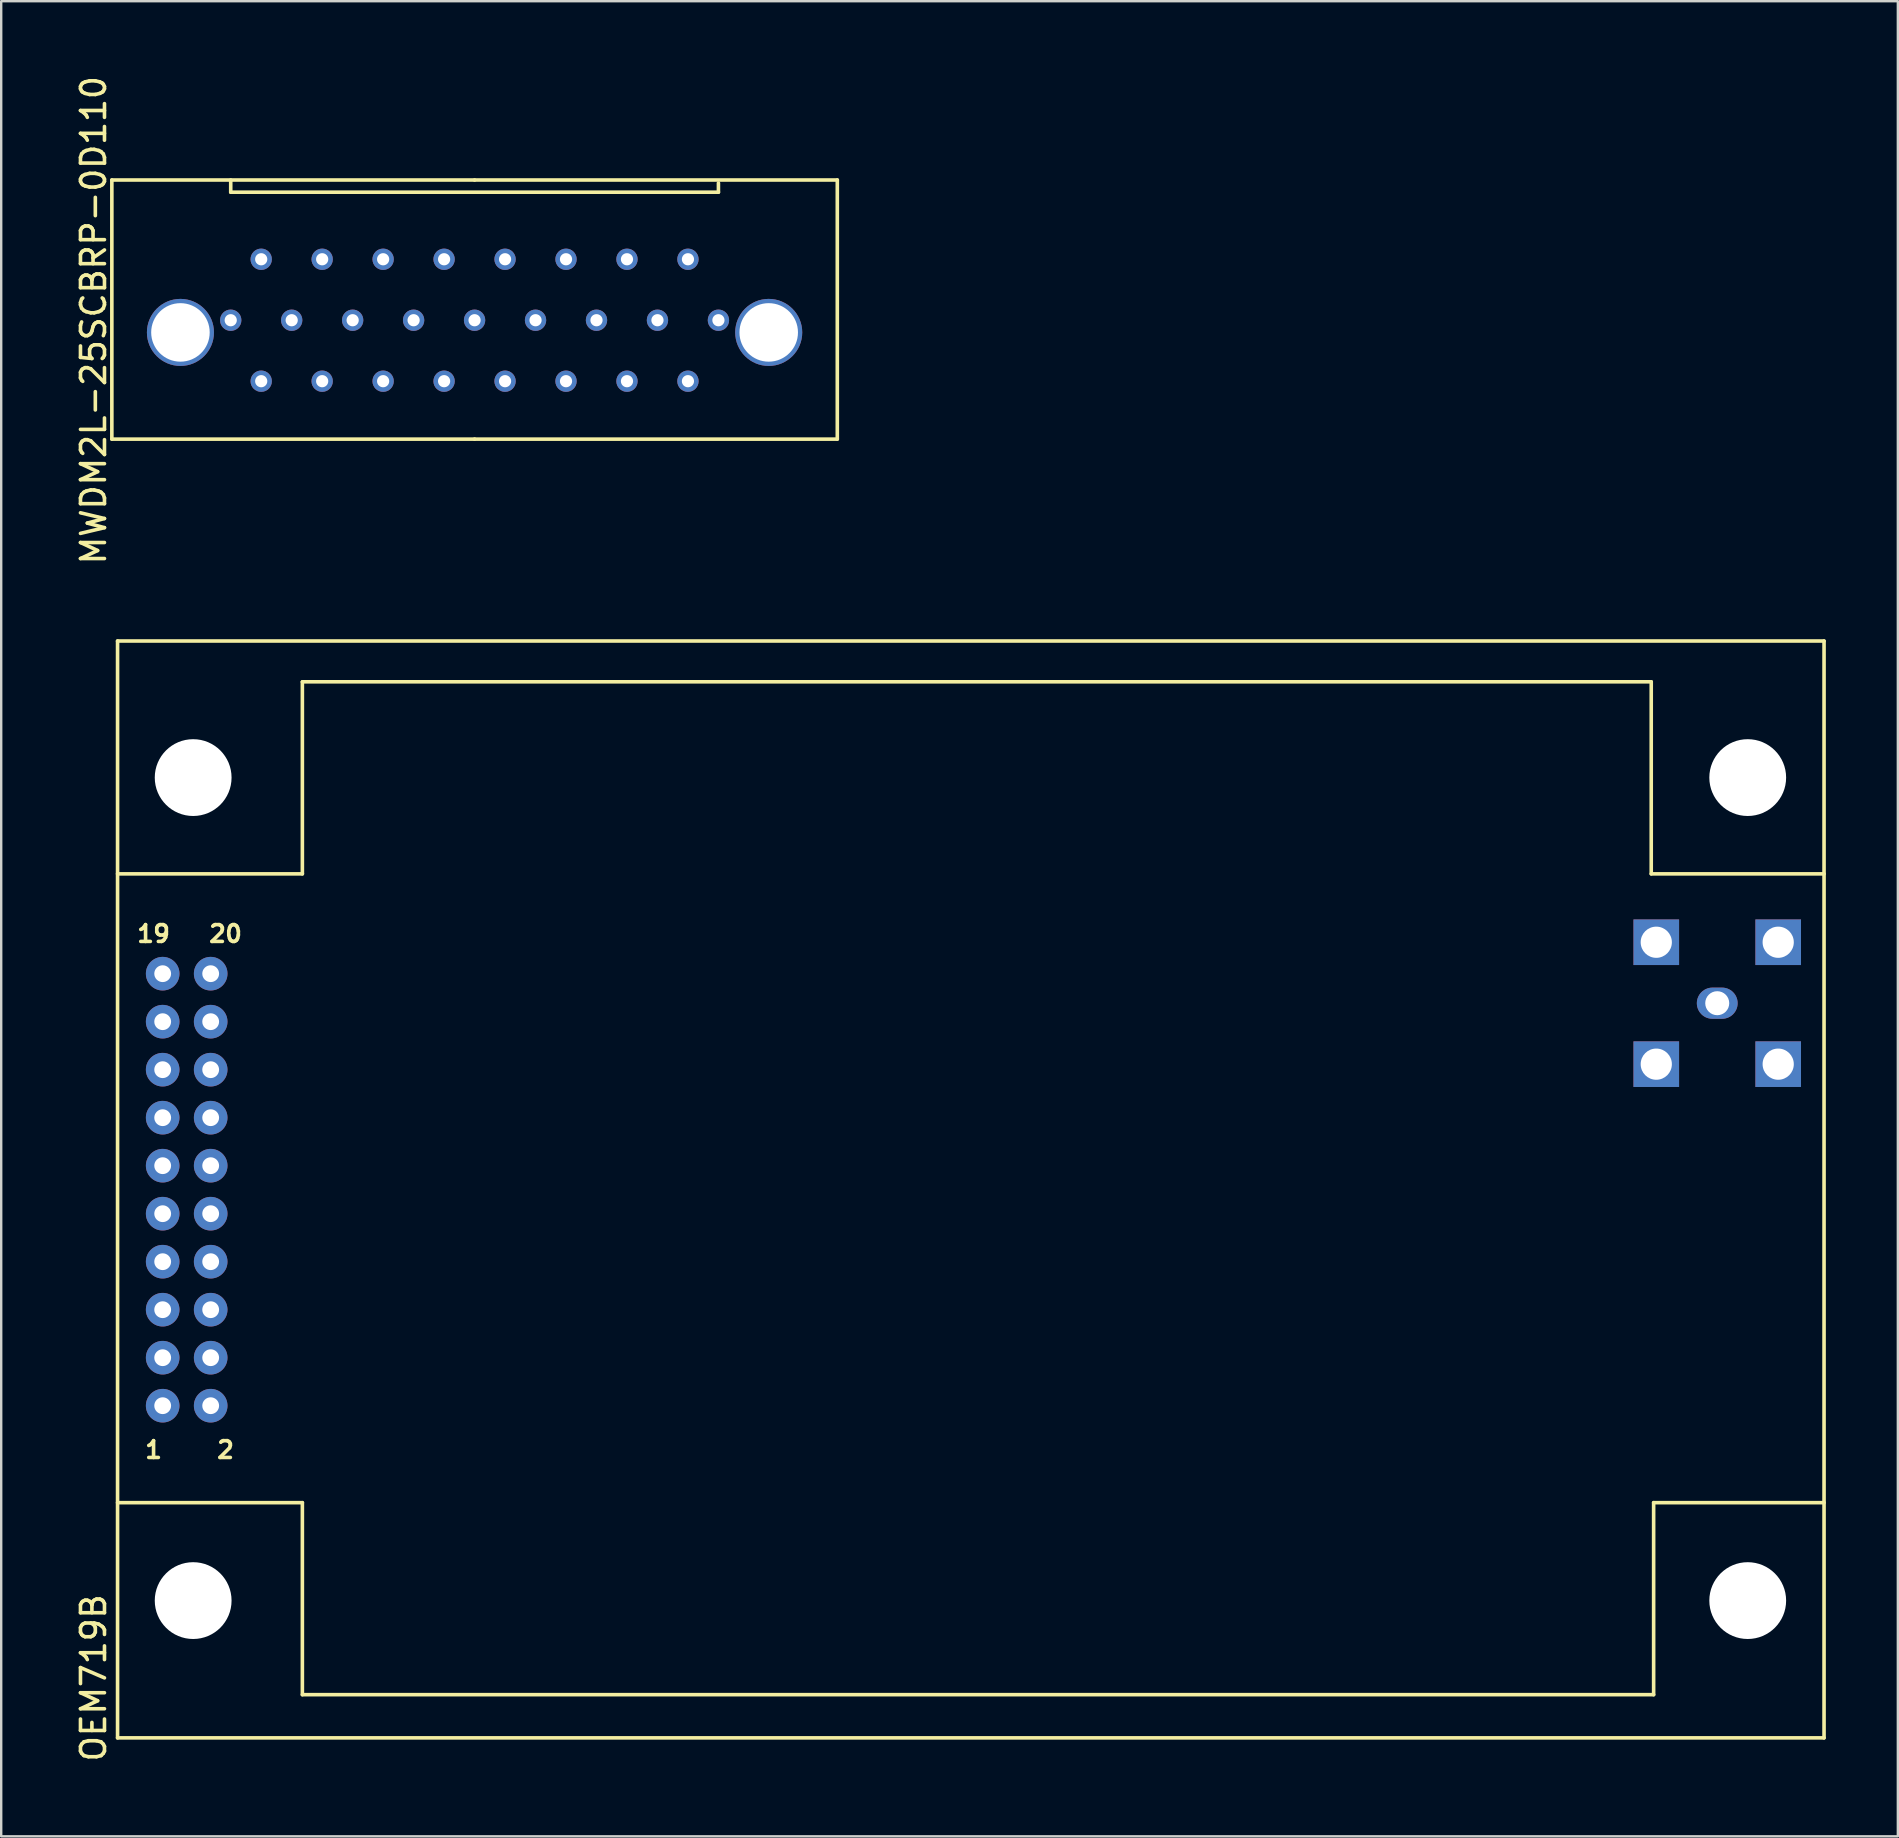
<source format=kicad_pcb>
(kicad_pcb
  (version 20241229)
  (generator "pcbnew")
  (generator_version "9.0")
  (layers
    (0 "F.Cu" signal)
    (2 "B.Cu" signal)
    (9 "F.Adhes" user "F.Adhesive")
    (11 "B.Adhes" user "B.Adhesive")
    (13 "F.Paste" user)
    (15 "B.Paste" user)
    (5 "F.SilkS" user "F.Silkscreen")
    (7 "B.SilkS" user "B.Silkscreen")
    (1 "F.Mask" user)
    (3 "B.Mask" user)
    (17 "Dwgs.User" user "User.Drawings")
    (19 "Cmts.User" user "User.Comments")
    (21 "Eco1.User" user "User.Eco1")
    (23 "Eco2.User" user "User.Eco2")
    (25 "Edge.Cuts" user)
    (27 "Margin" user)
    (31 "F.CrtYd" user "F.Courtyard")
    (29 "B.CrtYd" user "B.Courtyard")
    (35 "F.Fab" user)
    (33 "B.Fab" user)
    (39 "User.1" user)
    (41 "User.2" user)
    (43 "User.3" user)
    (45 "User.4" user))
  (footprint "OEM719B"
    (layer "F.Cu")
    (at 1.848 69.358)
    (property "Reference" "OEM719B" (at -1 -2.5 90) (layer "F.SilkS") (effects (font (size 1 1) (thickness 0.15))))
    (attr through_hole)
    (fp_line (start 0 -45.7) (end 0 0) (stroke (width 0.15) (type solid)) (layer "F.SilkS"))
    (fp_line (start 0 -36) (end 7.7 -36) (stroke (width 0.15) (type solid)) (layer "F.SilkS"))
    (fp_line (start 0 -9.8) (end 7.7 -9.8) (stroke (width 0.15) (type solid)) (layer "F.SilkS"))
    (fp_line (start 0 0) (end 71.1 0) (stroke (width 0.15) (type solid)) (layer "F.SilkS"))
    (fp_line (start 7.7 -44) (end 63.9 -44) (stroke (width 0.15) (type solid)) (layer "F.SilkS"))
    (fp_line (start 7.7 -36) (end 7.7 -44) (stroke (width 0.15) (type solid)) (layer "F.SilkS"))
    (fp_line (start 7.7 -9.8) (end 7.7 -1.8) (stroke (width 0.15) (type solid)) (layer "F.SilkS"))
    (fp_line (start 7.7 -1.8) (end 64 -1.8) (stroke (width 0.15) (type solid)) (layer "F.SilkS"))
    (fp_line (start 63.9 -44) (end 63.9 -36) (stroke (width 0.15) (type solid)) (layer "F.SilkS"))
    (fp_line (start 63.9 -36) (end 71.1 -36) (stroke (width 0.15) (type solid)) (layer "F.SilkS"))
    (fp_line (start 64 -9.8) (end 71.1 -9.8) (stroke (width 0.15) (type solid)) (layer "F.SilkS"))
    (fp_line (start 64 -1.8) (end 64 -9.8) (stroke (width 0.15) (type solid)) (layer "F.SilkS"))
    (fp_line (start 71.1 -45.7) (end 0 -45.7) (stroke (width 0.15) (type solid)) (layer "F.SilkS"))
    (fp_line (start 71.1 0) (end 71.1 -45.7) (stroke (width 0.15) (type solid)) (layer "F.SilkS"))
    (fp_text user "20" (at 4.5 -33.5 0) (layer "F.SilkS") (effects (font (size 0.7 0.7) (thickness 0.15))))
    (fp_text user "19" (at 1.5 -33.5 0) (layer "F.SilkS") (effects (font (size 0.7 0.7) (thickness 0.15))))
    (fp_text user "1" (at 1.5 -12 0) (layer "F.SilkS") (effects (font (size 0.7 0.7) (thickness 0.15))))
    (fp_text user "2" (at 4.5 -12 0) (layer "F.SilkS") (effects (font (size 0.7 0.7) (thickness 0.15))))
    (pad "" np_thru_hole circle (at 3.15 -40.01) (size 3.2 3.2) (drill 3.2) (layers "*.Cu" "*.Mask"))
    (pad "" np_thru_hole circle (at 3.15 -5.72) (size 3.2 3.2) (drill 3.2) (layers "*.Cu" "*.Mask"))
    (pad "" np_thru_hole circle (at 67.92 -40.01) (size 3.2 3.2) (drill 3.2) (layers "*.Cu" "*.Mask"))
    (pad "" np_thru_hole circle (at 67.92 -5.72) (size 3.2 3.2) (drill 3.2) (layers "*.Cu" "*.Mask"))
    (pad "1" thru_hole circle (at 1.88 -13.84) (size 1.4 1.4) (drill 0.7) (layers "*.Cu" "*.Mask"))
    (pad "2" thru_hole circle (at 3.88 -13.84) (size 1.4 1.4) (drill 0.7) (layers "*.Cu" "*.Mask"))
    (pad "3" thru_hole circle (at 1.88 -15.84) (size 1.4 1.4) (drill 0.7) (layers "*.Cu" "*.Mask"))
    (pad "4" thru_hole circle (at 3.88 -15.84) (size 1.4 1.4) (drill 0.7) (layers "*.Cu" "*.Mask"))
    (pad "5" thru_hole circle (at 1.88 -17.84) (size 1.4 1.4) (drill 0.7) (layers "*.Cu" "*.Mask"))
    (pad "6" thru_hole circle (at 3.88 -17.84) (size 1.4 1.4) (drill 0.7) (layers "*.Cu" "*.Mask"))
    (pad "7" thru_hole circle (at 1.88 -19.84) (size 1.4 1.4) (drill 0.7) (layers "*.Cu" "*.Mask"))
    (pad "8" thru_hole circle (at 3.88 -19.84) (size 1.4 1.4) (drill 0.7) (layers "*.Cu" "*.Mask"))
    (pad "9" thru_hole circle (at 1.88 -21.84) (size 1.4 1.4) (drill 0.7) (layers "*.Cu" "*.Mask"))
    (pad "10" thru_hole circle (at 3.88 -21.84) (size 1.4 1.4) (drill 0.7) (layers "*.Cu" "*.Mask"))
    (pad "11" thru_hole circle (at 1.88 -23.84) (size 1.4 1.4) (drill 0.7) (layers "*.Cu" "*.Mask"))
    (pad "12" thru_hole circle (at 3.88 -23.84) (size 1.4 1.4) (drill 0.7) (layers "*.Cu" "*.Mask"))
    (pad "13" thru_hole circle (at 1.88 -25.84) (size 1.4 1.4) (drill 0.7) (layers "*.Cu" "*.Mask"))
    (pad "14" thru_hole circle (at 3.88 -25.84) (size 1.4 1.4) (drill 0.7) (layers "*.Cu" "*.Mask"))
    (pad "15" thru_hole circle (at 1.88 -27.84) (size 1.4 1.4) (drill 0.7) (layers "*.Cu" "*.Mask"))
    (pad "16" thru_hole circle (at 3.88 -27.84) (size 1.4 1.4) (drill 0.7) (layers "*.Cu" "*.Mask"))
    (pad "17" thru_hole circle (at 1.88 -29.84) (size 1.4 1.4) (drill 0.7) (layers "*.Cu" "*.Mask"))
    (pad "18" thru_hole circle (at 3.88 -29.84) (size 1.4 1.4) (drill 0.7) (layers "*.Cu" "*.Mask"))
    (pad "19" thru_hole circle (at 1.88 -31.84) (size 1.4 1.4) (drill 0.7) (layers "*.Cu" "*.Mask"))
    (pad "20" thru_hole circle (at 3.88 -31.84) (size 1.4 1.4) (drill 0.7) (layers "*.Cu" "*.Mask"))
    (pad "21" thru_hole oval (at 66.65 -30.61 180) (size 1.7 1.3) (drill 1) (layers "*.Cu" "*.Mask"))
    (pad "22" thru_hole rect (at 69.19 -33.15 180) (size 1.9 1.9) (drill 1.3) (layers "*.Cu" "*.Mask"))
    (pad "23" thru_hole rect (at 64.11 -33.15 180) (size 1.9 1.9) (drill 1.3) (layers "*.Cu" "*.Mask"))
    (pad "24" thru_hole rect (at 64.11 -28.07 180) (size 1.9 1.9) (drill 1.3) (layers "*.Cu" "*.Mask"))
    (pad "25" thru_hole rect (at 69.19 -28.07 180) (size 1.9 1.9) (drill 1.3) (layers "*.Cu" "*.Mask")))
  (footprint "MWDM2L-25SCBRP-0D110"
    (layer "F.Cu")
    (at 16.723 10.292)
    (property "Reference" "MWDM2L-25SCBRP-0D110" (at -15.875 0 90) (layer "F.SilkS") (effects (font (size 1 1) (thickness 0.15))))
    (attr through_hole)
    (fp_line (start -15.113 -5.842) (end -15.113 4.953) (stroke (width 0.15) (type solid)) (layer "F.SilkS"))
    (fp_line (start -15.113 4.953) (end 0 4.953) (stroke (width 0.15) (type solid)) (layer "F.SilkS"))
    (fp_line (start -10.16 -5.842) (end -10.16 -5.334) (stroke (width 0.15) (type solid)) (layer "F.SilkS"))
    (fp_line (start -10.16 -5.334) (end 10.16 -5.334) (stroke (width 0.15) (type solid)) (layer "F.SilkS"))
    (fp_line (start 0 -5.842) (end -15.113 -5.842) (stroke (width 0.15) (type solid)) (layer "F.SilkS"))
    (fp_line (start 0 -5.842) (end 15.113 -5.842) (stroke (width 0.15) (type solid)) (layer "F.SilkS"))
    (fp_line (start 10.16 -5.334) (end 10.16 -5.715) (stroke (width 0.15) (type solid)) (layer "F.SilkS"))
    (fp_line (start 15.113 -5.842) (end 15.113 4.953) (stroke (width 0.15) (type solid)) (layer "F.SilkS"))
    (fp_line (start 15.113 4.953) (end 0 4.953) (stroke (width 0.15) (type solid)) (layer "F.SilkS"))
    (pad "0" thru_hole circle (at -12.255 0.508) (size 2.794 2.794) (drill 2.438) (layers "*.Cu" "*.Mask"))
    (pad "0" thru_hole circle (at 12.255 0.508) (size 2.794 2.794) (drill 2.438) (layers "*.Cu" "*.Mask"))
    (pad "1" thru_hole circle (at 10.16 0) (size 0.889 0.889) (drill 0.508) (layers "*.Cu" "*.Mask"))
    (pad "2" thru_hole circle (at 8.89 -2.54) (size 0.889 0.889) (drill 0.508) (layers "*.Cu" "*.Mask"))
    (pad "3" thru_hole circle (at 6.35 -2.54) (size 0.889 0.889) (drill 0.508) (layers "*.Cu" "*.Mask"))
    (pad "4" thru_hole circle (at 3.81 -2.54) (size 0.889 0.889) (drill 0.508) (layers "*.Cu" "*.Mask"))
    (pad "5" thru_hole circle (at 2.54 0) (size 0.889 0.889) (drill 0.508) (layers "*.Cu" "*.Mask"))
    (pad "6" thru_hole circle (at 1.27 -2.54) (size 0.889 0.889) (drill 0.508) (layers "*.Cu" "*.Mask"))
    (pad "7" thru_hole circle (at 0 0) (size 0.889 0.889) (drill 0.508) (layers "*.Cu" "*.Mask"))
    (pad "8" thru_hole circle (at -1.27 -2.54) (size 0.889 0.889) (drill 0.508) (layers "*.Cu" "*.Mask"))
    (pad "9" thru_hole circle (at -2.54 0) (size 0.889 0.889) (drill 0.508) (layers "*.Cu" "*.Mask"))
    (pad "10" thru_hole circle (at -3.81 -2.54) (size 0.889 0.889) (drill 0.508) (layers "*.Cu" "*.Mask"))
    (pad "11" thru_hole circle (at -6.35 -2.54) (size 0.889 0.889) (drill 0.508) (layers "*.Cu" "*.Mask"))
    (pad "12" thru_hole circle (at -8.89 -2.54) (size 0.889 0.889) (drill 0.508) (layers "*.Cu" "*.Mask"))
    (pad "13" thru_hole circle (at -10.16 0) (size 0.889 0.889) (drill 0.508) (layers "*.Cu" "*.Mask"))
    (pad "14" thru_hole circle (at 8.89 2.54) (size 0.889 0.889) (drill 0.508) (layers "*.Cu" "*.Mask"))
    (pad "15" thru_hole circle (at 7.62 0) (size 0.889 0.889) (drill 0.508) (layers "*.Cu" "*.Mask"))
    (pad "16" thru_hole circle (at 6.35 2.54) (size 0.889 0.889) (drill 0.508) (layers "*.Cu" "*.Mask"))
    (pad "17" thru_hole circle (at 5.08 0) (size 0.889 0.889) (drill 0.508) (layers "*.Cu" "*.Mask"))
    (pad "18" thru_hole circle (at 3.81 2.54) (size 0.889 0.889) (drill 0.508) (layers "*.Cu" "*.Mask"))
    (pad "19" thru_hole circle (at 1.27 2.54) (size 0.889 0.889) (drill 0.508) (layers "*.Cu" "*.Mask"))
    (pad "20" thru_hole circle (at -1.27 2.54) (size 0.889 0.889) (drill 0.508) (layers "*.Cu" "*.Mask"))
    (pad "21" thru_hole circle (at -3.81 2.54) (size 0.889 0.889) (drill 0.508) (layers "*.Cu" "*.Mask"))
    (pad "22" thru_hole circle (at -5.08 0) (size 0.889 0.889) (drill 0.508) (layers "*.Cu" "*.Mask"))
    (pad "23" thru_hole circle (at -6.35 2.54) (size 0.889 0.889) (drill 0.508) (layers "*.Cu" "*.Mask"))
    (pad "24" thru_hole circle (at -7.62 0) (size 0.889 0.889) (drill 0.508) (layers "*.Cu" "*.Mask"))
    (pad "25" thru_hole circle (at -8.89 2.54) (size 0.889 0.889) (drill 0.508) (layers "*.Cu" "*.Mask")))
  (gr_rect
    (start -3 -3)
    (end 76.023 73.46)
    (stroke (width 0.1) (type default))
    (fill no)
    (layer "Edge.Cuts")))
</source>
